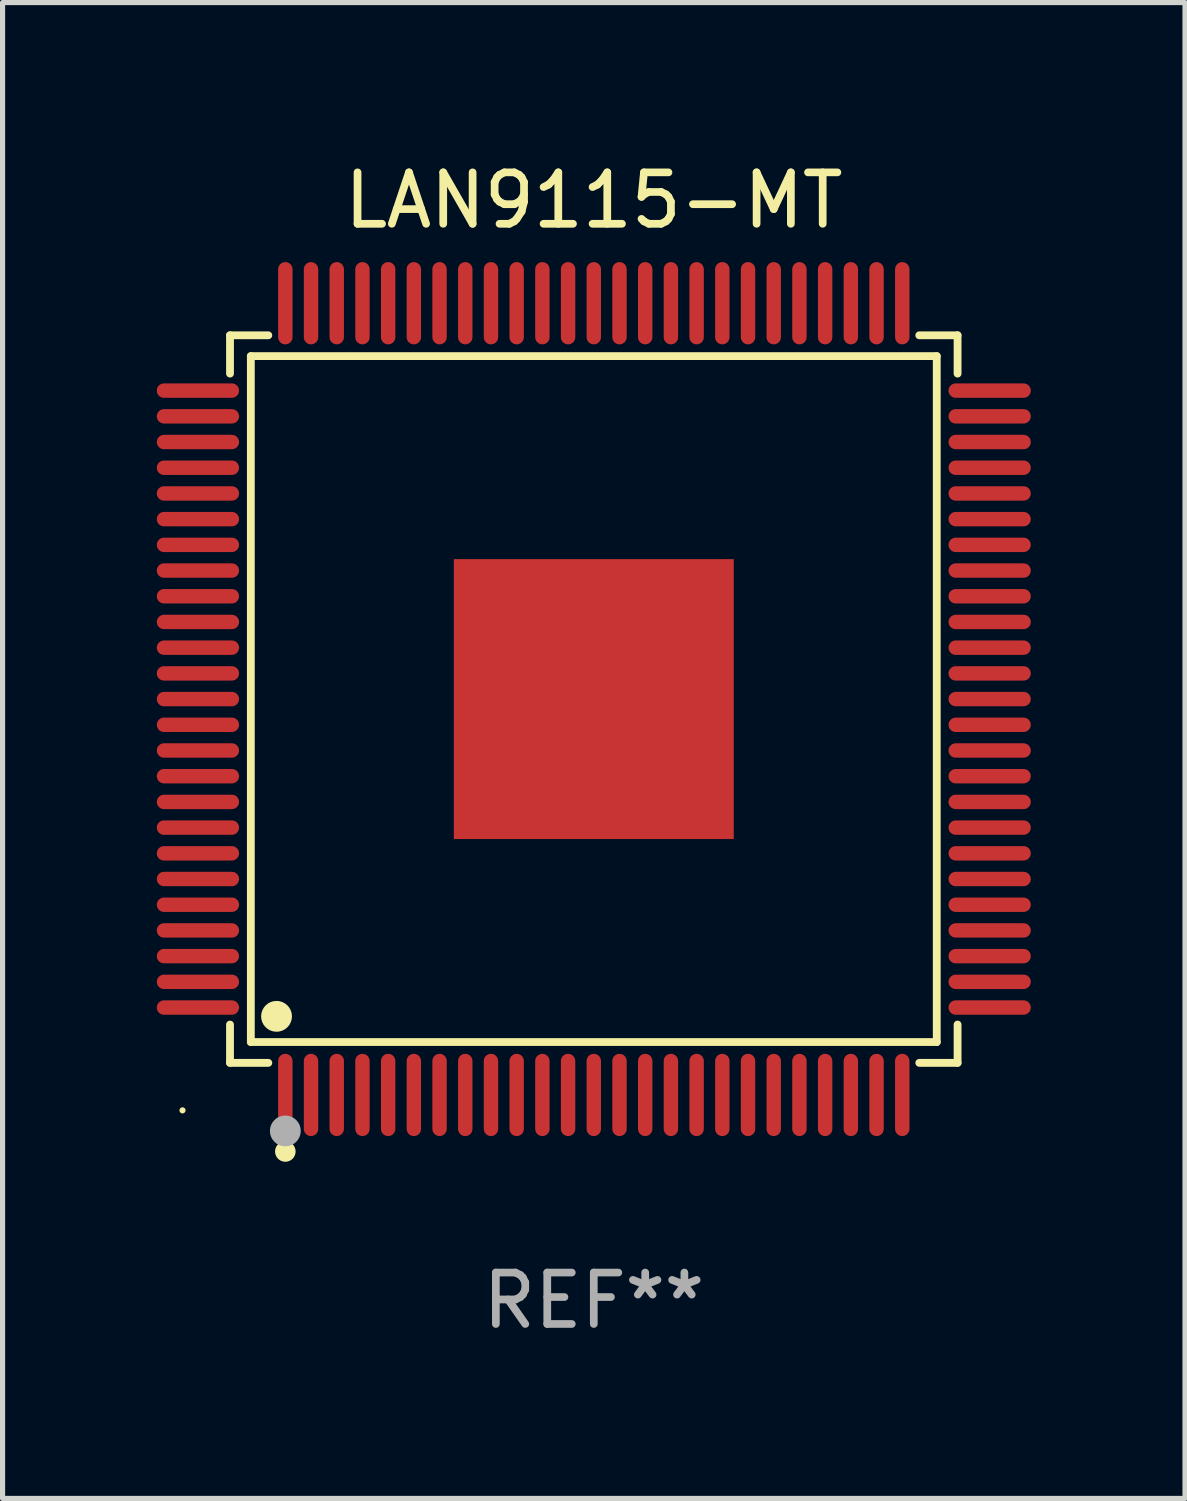
<source format=kicad_pcb>
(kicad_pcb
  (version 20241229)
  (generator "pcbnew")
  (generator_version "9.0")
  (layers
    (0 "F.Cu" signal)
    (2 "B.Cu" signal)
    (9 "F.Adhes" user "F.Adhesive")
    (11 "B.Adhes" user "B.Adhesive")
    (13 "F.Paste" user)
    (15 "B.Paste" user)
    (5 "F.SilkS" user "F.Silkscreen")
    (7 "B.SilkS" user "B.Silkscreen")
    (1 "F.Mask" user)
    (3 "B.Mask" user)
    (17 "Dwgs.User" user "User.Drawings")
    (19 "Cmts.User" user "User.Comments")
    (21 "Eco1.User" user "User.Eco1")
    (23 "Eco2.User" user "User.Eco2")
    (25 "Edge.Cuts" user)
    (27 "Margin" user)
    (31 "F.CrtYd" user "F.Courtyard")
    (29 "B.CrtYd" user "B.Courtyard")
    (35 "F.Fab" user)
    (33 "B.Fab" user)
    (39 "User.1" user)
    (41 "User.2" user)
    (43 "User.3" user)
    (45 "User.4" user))
  (footprint "LAN9115-MT"
    (layer "F.Cu")
    (at 8.5 10.548)
    (property "Reference" "LAN9115-MT" (at 0 -9.7 0) (layer "F.SilkS") (effects (font (size 1 1) (thickness 0.15))))
    (attr through_hole)
    (fp_line (start -7.076 -7.076) (end -6.331 -7.076) (stroke (width 0.152) (type solid)) (layer "F.SilkS"))
    (fp_line (start -7.076 -6.331) (end -7.076 -7.076) (stroke (width 0.152) (type solid)) (layer "F.SilkS"))
    (fp_line (start -7.076 6.331) (end -7.076 7.076) (stroke (width 0.152) (type solid)) (layer "F.SilkS"))
    (fp_line (start -7.076 7.076) (end -6.331 7.076) (stroke (width 0.152) (type solid)) (layer "F.SilkS"))
    (fp_line (start -6.671 -6.671) (end 6.671 -6.671) (stroke (width 0.152) (type solid)) (layer "F.SilkS"))
    (fp_line (start -6.671 6.671) (end -6.671 -6.671) (stroke (width 0.152) (type solid)) (layer "F.SilkS"))
    (fp_line (start 6.671 -6.671) (end 6.671 6.671) (stroke (width 0.152) (type solid)) (layer "F.SilkS"))
    (fp_line (start 6.671 6.671) (end -6.671 6.671) (stroke (width 0.152) (type solid)) (layer "F.SilkS"))
    (fp_line (start 7.076 -7.076) (end 6.331 -7.076) (stroke (width 0.152) (type solid)) (layer "F.SilkS"))
    (fp_line (start 7.076 -6.331) (end 7.076 -7.076) (stroke (width 0.152) (type solid)) (layer "F.SilkS"))
    (fp_line (start 7.076 6.331) (end 7.076 7.076) (stroke (width 0.152) (type solid)) (layer "F.SilkS"))
    (fp_line (start 7.076 7.076) (end 6.331 7.076) (stroke (width 0.152) (type solid)) (layer "F.SilkS"))
    (fp_circle (center -8 8) (end -7.97 8) (stroke (width 0.06) (type solid)) (fill no) (layer "F.SilkS"))
    (fp_circle (center -6.171 6.171) (end -6.021 6.171) (stroke (width 0.3) (type solid)) (fill no) (layer "F.SilkS"))
    (fp_circle (center -6 8.8) (end -5.9 8.8) (stroke (width 0.2) (type solid)) (fill no) (layer "F.SilkS"))
    (fp_circle (center -6 8.4) (end -5.85 8.4) (stroke (width 0.3) (type solid)) (fill no) (layer "F.Fab"))
    (fp_text user "REF**" (at 0 11.7 0) (layer "F.Fab") (effects (font (size 1 1) (thickness 0.15))))
    (pad "1" smd oval (at -6 7.7) (size 0.28 1.6) (layers "F.Cu" "F.Mask" "F.Paste"))
    (pad "2" smd oval (at -5.5 7.7) (size 0.28 1.6) (layers "F.Cu" "F.Mask" "F.Paste"))
    (pad "3" smd oval (at -5 7.7) (size 0.28 1.6) (layers "F.Cu" "F.Mask" "F.Paste"))
    (pad "4" smd oval (at -4.5 7.7) (size 0.28 1.6) (layers "F.Cu" "F.Mask" "F.Paste"))
    (pad "5" smd oval (at -4 7.7) (size 0.28 1.6) (layers "F.Cu" "F.Mask" "F.Paste"))
    (pad "6" smd oval (at -3.5 7.7) (size 0.28 1.6) (layers "F.Cu" "F.Mask" "F.Paste"))
    (pad "7" smd oval (at -3 7.7) (size 0.28 1.6) (layers "F.Cu" "F.Mask" "F.Paste"))
    (pad "8" smd oval (at -2.5 7.7) (size 0.28 1.6) (layers "F.Cu" "F.Mask" "F.Paste"))
    (pad "9" smd oval (at -2 7.7) (size 0.28 1.6) (layers "F.Cu" "F.Mask" "F.Paste"))
    (pad "10" smd oval (at -1.5 7.7) (size 0.28 1.6) (layers "F.Cu" "F.Mask" "F.Paste"))
    (pad "11" smd oval (at -1 7.7) (size 0.28 1.6) (layers "F.Cu" "F.Mask" "F.Paste"))
    (pad "12" smd oval (at -0.5 7.7) (size 0.28 1.6) (layers "F.Cu" "F.Mask" "F.Paste"))
    (pad "13" smd oval (at 0 7.7) (size 0.28 1.6) (layers "F.Cu" "F.Mask" "F.Paste"))
    (pad "14" smd oval (at 0.5 7.7) (size 0.28 1.6) (layers "F.Cu" "F.Mask" "F.Paste"))
    (pad "15" smd oval (at 1 7.7) (size 0.28 1.6) (layers "F.Cu" "F.Mask" "F.Paste"))
    (pad "16" smd oval (at 1.5 7.7) (size 0.28 1.6) (layers "F.Cu" "F.Mask" "F.Paste"))
    (pad "17" smd oval (at 2 7.7) (size 0.28 1.6) (layers "F.Cu" "F.Mask" "F.Paste"))
    (pad "18" smd oval (at 2.5 7.7) (size 0.28 1.6) (layers "F.Cu" "F.Mask" "F.Paste"))
    (pad "19" smd oval (at 3 7.7) (size 0.28 1.6) (layers "F.Cu" "F.Mask" "F.Paste"))
    (pad "20" smd oval (at 3.5 7.7) (size 0.28 1.6) (layers "F.Cu" "F.Mask" "F.Paste"))
    (pad "21" smd oval (at 4 7.7) (size 0.28 1.6) (layers "F.Cu" "F.Mask" "F.Paste"))
    (pad "22" smd oval (at 4.5 7.7) (size 0.28 1.6) (layers "F.Cu" "F.Mask" "F.Paste"))
    (pad "23" smd oval (at 5 7.7) (size 0.28 1.6) (layers "F.Cu" "F.Mask" "F.Paste"))
    (pad "24" smd oval (at 5.5 7.7) (size 0.28 1.6) (layers "F.Cu" "F.Mask" "F.Paste"))
    (pad "25" smd oval (at 6 7.7) (size 0.28 1.6) (layers "F.Cu" "F.Mask" "F.Paste"))
    (pad "26" smd oval (at 7.7 6) (size 1.6 0.28) (layers "F.Cu" "F.Mask" "F.Paste"))
    (pad "27" smd oval (at 7.7 5.5) (size 1.6 0.28) (layers "F.Cu" "F.Mask" "F.Paste"))
    (pad "28" smd oval (at 7.7 5) (size 1.6 0.28) (layers "F.Cu" "F.Mask" "F.Paste"))
    (pad "29" smd oval (at 7.7 4.5) (size 1.6 0.28) (layers "F.Cu" "F.Mask" "F.Paste"))
    (pad "30" smd oval (at 7.7 4) (size 1.6 0.28) (layers "F.Cu" "F.Mask" "F.Paste"))
    (pad "31" smd oval (at 7.7 3.5) (size 1.6 0.28) (layers "F.Cu" "F.Mask" "F.Paste"))
    (pad "32" smd oval (at 7.7 3) (size 1.6 0.28) (layers "F.Cu" "F.Mask" "F.Paste"))
    (pad "33" smd oval (at 7.7 2.5) (size 1.6 0.28) (layers "F.Cu" "F.Mask" "F.Paste"))
    (pad "34" smd oval (at 7.7 2) (size 1.6 0.28) (layers "F.Cu" "F.Mask" "F.Paste"))
    (pad "35" smd oval (at 7.7 1.5) (size 1.6 0.28) (layers "F.Cu" "F.Mask" "F.Paste"))
    (pad "36" smd oval (at 7.7 1) (size 1.6 0.28) (layers "F.Cu" "F.Mask" "F.Paste"))
    (pad "37" smd oval (at 7.7 0.5) (size 1.6 0.28) (layers "F.Cu" "F.Mask" "F.Paste"))
    (pad "38" smd oval (at 7.7 0) (size 1.6 0.28) (layers "F.Cu" "F.Mask" "F.Paste"))
    (pad "39" smd oval (at 7.7 -0.5) (size 1.6 0.28) (layers "F.Cu" "F.Mask" "F.Paste"))
    (pad "40" smd oval (at 7.7 -1) (size 1.6 0.28) (layers "F.Cu" "F.Mask" "F.Paste"))
    (pad "41" smd oval (at 7.7 -1.5) (size 1.6 0.28) (layers "F.Cu" "F.Mask" "F.Paste"))
    (pad "42" smd oval (at 7.7 -2) (size 1.6 0.28) (layers "F.Cu" "F.Mask" "F.Paste"))
    (pad "43" smd oval (at 7.7 -2.5) (size 1.6 0.28) (layers "F.Cu" "F.Mask" "F.Paste"))
    (pad "44" smd oval (at 7.7 -3) (size 1.6 0.28) (layers "F.Cu" "F.Mask" "F.Paste"))
    (pad "45" smd oval (at 7.7 -3.5) (size 1.6 0.28) (layers "F.Cu" "F.Mask" "F.Paste"))
    (pad "46" smd oval (at 7.7 -4) (size 1.6 0.28) (layers "F.Cu" "F.Mask" "F.Paste"))
    (pad "47" smd oval (at 7.7 -4.5) (size 1.6 0.28) (layers "F.Cu" "F.Mask" "F.Paste"))
    (pad "48" smd oval (at 7.7 -5) (size 1.6 0.28) (layers "F.Cu" "F.Mask" "F.Paste"))
    (pad "49" smd oval (at 7.7 -5.5) (size 1.6 0.28) (layers "F.Cu" "F.Mask" "F.Paste"))
    (pad "50" smd oval (at 7.7 -6) (size 1.6 0.28) (layers "F.Cu" "F.Mask" "F.Paste"))
    (pad "51" smd oval (at 6 -7.7) (size 0.28 1.6) (layers "F.Cu" "F.Mask" "F.Paste"))
    (pad "52" smd oval (at 5.5 -7.7) (size 0.28 1.6) (layers "F.Cu" "F.Mask" "F.Paste"))
    (pad "53" smd oval (at 5 -7.7) (size 0.28 1.6) (layers "F.Cu" "F.Mask" "F.Paste"))
    (pad "54" smd oval (at 4.5 -7.7) (size 0.28 1.6) (layers "F.Cu" "F.Mask" "F.Paste"))
    (pad "55" smd oval (at 4 -7.7) (size 0.28 1.6) (layers "F.Cu" "F.Mask" "F.Paste"))
    (pad "56" smd oval (at 3.5 -7.7) (size 0.28 1.6) (layers "F.Cu" "F.Mask" "F.Paste"))
    (pad "57" smd oval (at 3 -7.7) (size 0.28 1.6) (layers "F.Cu" "F.Mask" "F.Paste"))
    (pad "58" smd oval (at 2.5 -7.7) (size 0.28 1.6) (layers "F.Cu" "F.Mask" "F.Paste"))
    (pad "59" smd oval (at 2 -7.7) (size 0.28 1.6) (layers "F.Cu" "F.Mask" "F.Paste"))
    (pad "60" smd oval (at 1.5 -7.7) (size 0.28 1.6) (layers "F.Cu" "F.Mask" "F.Paste"))
    (pad "61" smd oval (at 1 -7.7) (size 0.28 1.6) (layers "F.Cu" "F.Mask" "F.Paste"))
    (pad "62" smd oval (at 0.5 -7.7) (size 0.28 1.6) (layers "F.Cu" "F.Mask" "F.Paste"))
    (pad "63" smd oval (at 0 -7.7) (size 0.28 1.6) (layers "F.Cu" "F.Mask" "F.Paste"))
    (pad "64" smd oval (at -0.5 -7.7) (size 0.28 1.6) (layers "F.Cu" "F.Mask" "F.Paste"))
    (pad "65" smd oval (at -1 -7.7) (size 0.28 1.6) (layers "F.Cu" "F.Mask" "F.Paste"))
    (pad "66" smd oval (at -1.5 -7.7) (size 0.28 1.6) (layers "F.Cu" "F.Mask" "F.Paste"))
    (pad "67" smd oval (at -2 -7.7) (size 0.28 1.6) (layers "F.Cu" "F.Mask" "F.Paste"))
    (pad "68" smd oval (at -2.5 -7.7) (size 0.28 1.6) (layers "F.Cu" "F.Mask" "F.Paste"))
    (pad "69" smd oval (at -3 -7.7) (size 0.28 1.6) (layers "F.Cu" "F.Mask" "F.Paste"))
    (pad "70" smd oval (at -3.5 -7.7) (size 0.28 1.6) (layers "F.Cu" "F.Mask" "F.Paste"))
    (pad "71" smd oval (at -4 -7.7) (size 0.28 1.6) (layers "F.Cu" "F.Mask" "F.Paste"))
    (pad "72" smd oval (at -4.5 -7.7) (size 0.28 1.6) (layers "F.Cu" "F.Mask" "F.Paste"))
    (pad "73" smd oval (at -5 -7.7) (size 0.28 1.6) (layers "F.Cu" "F.Mask" "F.Paste"))
    (pad "74" smd oval (at -5.5 -7.7) (size 0.28 1.6) (layers "F.Cu" "F.Mask" "F.Paste"))
    (pad "75" smd oval (at -6 -7.7) (size 0.28 1.6) (layers "F.Cu" "F.Mask" "F.Paste"))
    (pad "76" smd oval (at -7.7 -6) (size 1.6 0.28) (layers "F.Cu" "F.Mask" "F.Paste"))
    (pad "77" smd oval (at -7.7 -5.5) (size 1.6 0.28) (layers "F.Cu" "F.Mask" "F.Paste"))
    (pad "78" smd oval (at -7.7 -5) (size 1.6 0.28) (layers "F.Cu" "F.Mask" "F.Paste"))
    (pad "79" smd oval (at -7.7 -4.5) (size 1.6 0.28) (layers "F.Cu" "F.Mask" "F.Paste"))
    (pad "80" smd oval (at -7.7 -4) (size 1.6 0.28) (layers "F.Cu" "F.Mask" "F.Paste"))
    (pad "81" smd oval (at -7.7 -3.5) (size 1.6 0.28) (layers "F.Cu" "F.Mask" "F.Paste"))
    (pad "82" smd oval (at -7.7 -3) (size 1.6 0.28) (layers "F.Cu" "F.Mask" "F.Paste"))
    (pad "83" smd oval (at -7.7 -2.5) (size 1.6 0.28) (layers "F.Cu" "F.Mask" "F.Paste"))
    (pad "84" smd oval (at -7.7 -2) (size 1.6 0.28) (layers "F.Cu" "F.Mask" "F.Paste"))
    (pad "85" smd oval (at -7.7 -1.5) (size 1.6 0.28) (layers "F.Cu" "F.Mask" "F.Paste"))
    (pad "86" smd oval (at -7.7 -1) (size 1.6 0.28) (layers "F.Cu" "F.Mask" "F.Paste"))
    (pad "87" smd oval (at -7.7 -0.5) (size 1.6 0.28) (layers "F.Cu" "F.Mask" "F.Paste"))
    (pad "88" smd oval (at -7.7 0) (size 1.6 0.28) (layers "F.Cu" "F.Mask" "F.Paste"))
    (pad "89" smd oval (at -7.7 0.5) (size 1.6 0.28) (layers "F.Cu" "F.Mask" "F.Paste"))
    (pad "90" smd oval (at -7.7 1) (size 1.6 0.28) (layers "F.Cu" "F.Mask" "F.Paste"))
    (pad "91" smd oval (at -7.7 1.5) (size 1.6 0.28) (layers "F.Cu" "F.Mask" "F.Paste"))
    (pad "92" smd oval (at -7.7 2) (size 1.6 0.28) (layers "F.Cu" "F.Mask" "F.Paste"))
    (pad "93" smd oval (at -7.7 2.5) (size 1.6 0.28) (layers "F.Cu" "F.Mask" "F.Paste"))
    (pad "94" smd oval (at -7.7 3) (size 1.6 0.28) (layers "F.Cu" "F.Mask" "F.Paste"))
    (pad "95" smd oval (at -7.7 3.5) (size 1.6 0.28) (layers "F.Cu" "F.Mask" "F.Paste"))
    (pad "96" smd oval (at -7.7 4) (size 1.6 0.28) (layers "F.Cu" "F.Mask" "F.Paste"))
    (pad "97" smd oval (at -7.7 4.5) (size 1.6 0.28) (layers "F.Cu" "F.Mask" "F.Paste"))
    (pad "98" smd oval (at -7.7 5) (size 1.6 0.28) (layers "F.Cu" "F.Mask" "F.Paste"))
    (pad "99" smd oval (at -7.7 5.5) (size 1.6 0.28) (layers "F.Cu" "F.Mask" "F.Paste"))
    (pad "100" smd oval (at -7.7 6) (size 1.6 0.28) (layers "F.Cu" "F.Mask" "F.Paste"))
    (pad "101" smd rect (at 0 0) (size 5.445 5.445) (layers "F.Cu" "F.Mask" "F.Paste")))
  (gr_rect
    (start -3 -3)
    (end 20 26.097)
    (stroke (width 0.1) (type default))
    (fill no)
    (layer "Edge.Cuts")))
</source>
